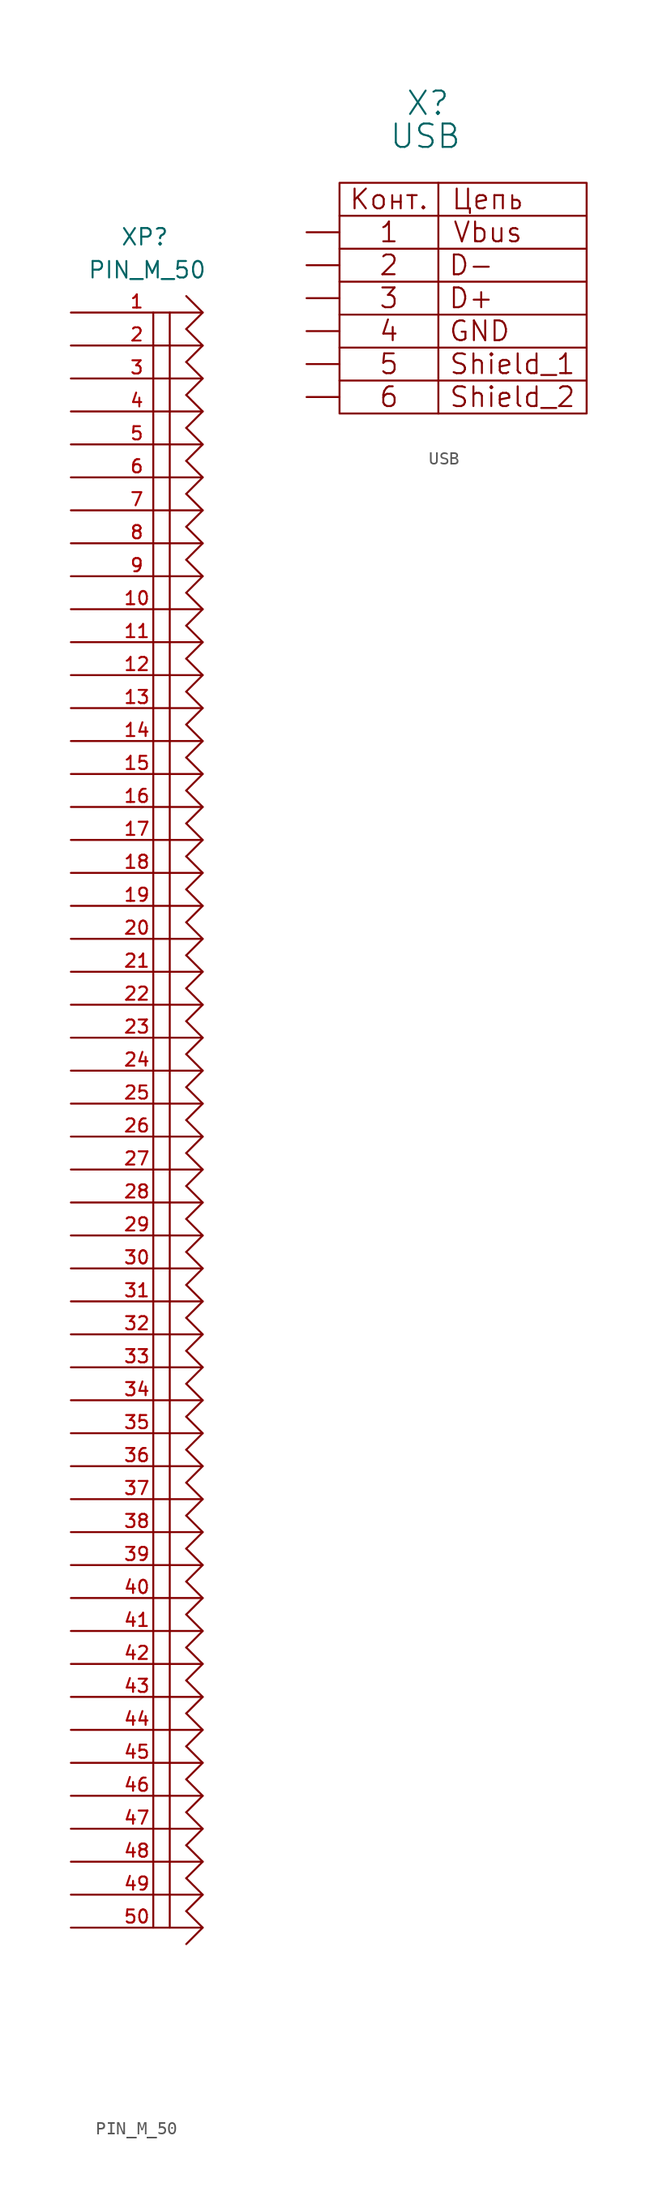
<source format=kicad_sym>
(kicad_symbol_lib
  (version 20211014)
  (generator kicad_symbol_editor)
  (symbol "PIN_M_50"
    (pin_names
      (offset 1.016))
    (property "Reference" "XP"
      (at 3.81 5.08 0)
      (effects (font (size 1.27 1.27)) (justify left bottom)))
    (property "Value" "PIN_M_50"
      (at 1.27 2.54 0)
      (effects (font (size 1.27 1.27)) (justify left bottom)))
    (property "Datasheet" ""
      (at 0 0 0)
      (effects (font (size 1.524 1.524))))
    (property "ki_locked" ""
      (at 0 0 0)
      (effects (font (size 1.27 1.27))))
    (symbol "PIN_M_50_0_1"
      (polyline (pts (xy 6.35 -124.46) (xy 6.35 0)) (stroke (width 0) (type default) (color 0 0 0 0)) (fill (type none)))
      (polyline (pts (xy 7.62 0) (xy 7.62 -124.46)) (stroke (width 0) (type default) (color 0 0 0 0)) (fill (type none)))
      (polyline (pts (xy 8.89 -123.19) (xy 10.16 -124.46) (xy 8.89 -125.73)) (stroke (width 0) (type default) (color 0 0 0 0)) (fill (type none)))
      (polyline (pts (xy 8.89 -120.65) (xy 10.16 -121.92) (xy 8.89 -123.19)) (stroke (width 0) (type default) (color 0 0 0 0)) (fill (type none)))
      (polyline (pts (xy 8.89 -118.11) (xy 10.16 -119.38) (xy 8.89 -120.65)) (stroke (width 0) (type default) (color 0 0 0 0)) (fill (type none)))
      (polyline (pts (xy 8.89 -115.57) (xy 10.16 -116.84) (xy 8.89 -118.11)) (stroke (width 0) (type default) (color 0 0 0 0)) (fill (type none)))
      (polyline (pts (xy 8.89 -113.03) (xy 10.16 -114.3) (xy 8.89 -115.57)) (stroke (width 0) (type default) (color 0 0 0 0)) (fill (type none)))
      (polyline (pts (xy 8.89 -110.49) (xy 10.16 -111.76) (xy 8.89 -113.03)) (stroke (width 0) (type default) (color 0 0 0 0)) (fill (type none)))
      (polyline (pts (xy 8.89 -107.95) (xy 10.16 -109.22) (xy 8.89 -110.49)) (stroke (width 0) (type default) (color 0 0 0 0)) (fill (type none)))
      (polyline (pts (xy 8.89 -105.41) (xy 10.16 -106.68) (xy 8.89 -107.95)) (stroke (width 0) (type default) (color 0 0 0 0)) (fill (type none)))
      (polyline (pts (xy 8.89 -102.87) (xy 10.16 -104.14) (xy 8.89 -105.41)) (stroke (width 0) (type default) (color 0 0 0 0)) (fill (type none)))
      (polyline (pts (xy 8.89 -100.33) (xy 10.16 -101.6) (xy 8.89 -102.87)) (stroke (width 0) (type default) (color 0 0 0 0)) (fill (type none)))
      (polyline (pts (xy 8.89 -97.79) (xy 10.16 -99.06) (xy 8.89 -100.33)) (stroke (width 0) (type default) (color 0 0 0 0)) (fill (type none)))
      (polyline (pts (xy 8.89 -95.25) (xy 10.16 -96.52) (xy 8.89 -97.79)) (stroke (width 0) (type default) (color 0 0 0 0)) (fill (type none)))
      (polyline (pts (xy 8.89 -92.71) (xy 10.16 -93.98) (xy 8.89 -95.25)) (stroke (width 0) (type default) (color 0 0 0 0)) (fill (type none)))
      (polyline (pts (xy 8.89 -90.17) (xy 10.16 -91.44) (xy 8.89 -92.71)) (stroke (width 0) (type default) (color 0 0 0 0)) (fill (type none)))
      (polyline (pts (xy 8.89 -87.63) (xy 10.16 -88.9) (xy 8.89 -90.17)) (stroke (width 0) (type default) (color 0 0 0 0)) (fill (type none)))
      (polyline (pts (xy 8.89 -85.09) (xy 10.16 -86.36) (xy 8.89 -87.63)) (stroke (width 0) (type default) (color 0 0 0 0)) (fill (type none)))
      (polyline (pts (xy 8.89 -82.55) (xy 10.16 -83.82) (xy 8.89 -85.09)) (stroke (width 0) (type default) (color 0 0 0 0)) (fill (type none)))
      (polyline (pts (xy 8.89 -80.01) (xy 10.16 -81.28) (xy 8.89 -82.55)) (stroke (width 0) (type default) (color 0 0 0 0)) (fill (type none)))
      (polyline (pts (xy 8.89 -77.47) (xy 10.16 -78.74) (xy 8.89 -80.01)) (stroke (width 0) (type default) (color 0 0 0 0)) (fill (type none)))
      (polyline (pts (xy 8.89 -74.93) (xy 10.16 -76.2) (xy 8.89 -77.47)) (stroke (width 0) (type default) (color 0 0 0 0)) (fill (type none)))
      (polyline (pts (xy 8.89 -72.39) (xy 10.16 -73.66) (xy 8.89 -74.93)) (stroke (width 0) (type default) (color 0 0 0 0)) (fill (type none)))
      (polyline (pts (xy 8.89 -69.85) (xy 10.16 -71.12) (xy 8.89 -72.39)) (stroke (width 0) (type default) (color 0 0 0 0)) (fill (type none)))
      (polyline (pts (xy 8.89 -67.31) (xy 10.16 -68.58) (xy 8.89 -69.85)) (stroke (width 0) (type default) (color 0 0 0 0)) (fill (type none)))
      (polyline (pts (xy 8.89 -64.77) (xy 10.16 -66.04) (xy 8.89 -67.31)) (stroke (width 0) (type default) (color 0 0 0 0)) (fill (type none)))
      (polyline (pts (xy 8.89 -62.23) (xy 10.16 -63.5) (xy 8.89 -64.77)) (stroke (width 0) (type default) (color 0 0 0 0)) (fill (type none)))
      (polyline (pts (xy 8.89 -59.69) (xy 10.16 -60.96) (xy 8.89 -62.23)) (stroke (width 0) (type default) (color 0 0 0 0)) (fill (type none)))
      (polyline (pts (xy 8.89 -57.15) (xy 10.16 -58.42) (xy 8.89 -59.69)) (stroke (width 0) (type default) (color 0 0 0 0)) (fill (type none)))
      (polyline (pts (xy 8.89 -54.61) (xy 10.16 -55.88) (xy 8.89 -57.15)) (stroke (width 0) (type default) (color 0 0 0 0)) (fill (type none)))
      (polyline (pts (xy 8.89 -52.07) (xy 10.16 -53.34) (xy 8.89 -54.61)) (stroke (width 0) (type default) (color 0 0 0 0)) (fill (type none)))
      (polyline (pts (xy 8.89 -49.53) (xy 10.16 -50.8) (xy 8.89 -52.07)) (stroke (width 0) (type default) (color 0 0 0 0)) (fill (type none)))
      (polyline (pts (xy 8.89 -46.99) (xy 10.16 -48.26) (xy 8.89 -49.53)) (stroke (width 0) (type default) (color 0 0 0 0)) (fill (type none)))
      (polyline (pts (xy 8.89 -44.45) (xy 10.16 -45.72) (xy 8.89 -46.99)) (stroke (width 0) (type default) (color 0 0 0 0)) (fill (type none)))
      (polyline (pts (xy 8.89 -41.91) (xy 10.16 -43.18) (xy 8.89 -44.45)) (stroke (width 0) (type default) (color 0 0 0 0)) (fill (type none)))
      (polyline (pts (xy 8.89 -39.37) (xy 10.16 -40.64) (xy 8.89 -41.91)) (stroke (width 0) (type default) (color 0 0 0 0)) (fill (type none)))
      (polyline (pts (xy 8.89 -36.83) (xy 10.16 -38.1) (xy 8.89 -39.37)) (stroke (width 0) (type default) (color 0 0 0 0)) (fill (type none)))
      (polyline (pts (xy 8.89 -34.29) (xy 10.16 -35.56) (xy 8.89 -36.83)) (stroke (width 0) (type default) (color 0 0 0 0)) (fill (type none)))
      (polyline (pts (xy 8.89 -31.75) (xy 10.16 -33.02) (xy 8.89 -34.29)) (stroke (width 0) (type default) (color 0 0 0 0)) (fill (type none)))
      (polyline (pts (xy 8.89 -29.21) (xy 10.16 -30.48) (xy 8.89 -31.75)) (stroke (width 0) (type default) (color 0 0 0 0)) (fill (type none)))
      (polyline (pts (xy 8.89 -26.67) (xy 10.16 -27.94) (xy 8.89 -29.21)) (stroke (width 0) (type default) (color 0 0 0 0)) (fill (type none)))
      (polyline (pts (xy 8.89 -24.13) (xy 10.16 -25.4) (xy 8.89 -26.67)) (stroke (width 0) (type default) (color 0 0 0 0)) (fill (type none)))
      (polyline (pts (xy 8.89 -21.59) (xy 10.16 -22.86) (xy 8.89 -24.13)) (stroke (width 0) (type default) (color 0 0 0 0)) (fill (type none)))
      (polyline (pts (xy 8.89 -19.05) (xy 10.16 -20.32) (xy 8.89 -21.59)) (stroke (width 0) (type default) (color 0 0 0 0)) (fill (type none)))
      (polyline (pts (xy 8.89 -16.51) (xy 10.16 -17.78) (xy 8.89 -19.05)) (stroke (width 0) (type default) (color 0 0 0 0)) (fill (type none)))
      (polyline (pts (xy 8.89 -13.97) (xy 10.16 -15.24) (xy 8.89 -16.51)) (stroke (width 0) (type default) (color 0 0 0 0)) (fill (type none)))
      (polyline (pts (xy 8.89 -11.43) (xy 10.16 -12.7) (xy 8.89 -13.97)) (stroke (width 0) (type default) (color 0 0 0 0)) (fill (type none)))
      (polyline (pts (xy 8.89 -8.89) (xy 10.16 -10.16) (xy 8.89 -11.43)) (stroke (width 0) (type default) (color 0 0 0 0)) (fill (type none)))
      (polyline (pts (xy 8.89 -6.35) (xy 10.16 -7.62) (xy 8.89 -8.89)) (stroke (width 0) (type default) (color 0 0 0 0)) (fill (type none)))
      (polyline (pts (xy 8.89 -3.81) (xy 10.16 -5.08) (xy 8.89 -6.35)) (stroke (width 0) (type default) (color 0 0 0 0)) (fill (type none)))
      (polyline (pts (xy 8.89 -1.27) (xy 10.16 -2.54) (xy 8.89 -3.81)) (stroke (width 0) (type default) (color 0 0 0 0)) (fill (type none)))
      (polyline (pts (xy 8.89 1.27) (xy 10.16 0) (xy 8.89 -1.27)) (stroke (width 0) (type default) (color 0 0 0 0)) (fill (type none))))
    (symbol "PIN_M_50_1_1"
      (pin passive line (at 0 0 0) (length 10.16) (name "~" (effects (font (size 1.016 1.016)))) (number "1" (effects (font (size 1.016 1.016)))))
      (pin passive line (at 0 -22.86 0) (length 10.16) (name "~" (effects (font (size 1.016 1.016)))) (number "10" (effects (font (size 1.016 1.016)))))
      (pin passive line (at 0 -25.4 0) (length 10.16) (name "~" (effects (font (size 1.016 1.016)))) (number "11" (effects (font (size 1.016 1.016)))))
      (pin passive line (at 0 -27.94 0) (length 10.16) (name "~" (effects (font (size 1.016 1.016)))) (number "12" (effects (font (size 1.016 1.016)))))
      (pin passive line (at 0 -30.48 0) (length 10.16) (name "~" (effects (font (size 1.016 1.016)))) (number "13" (effects (font (size 1.016 1.016)))))
      (pin passive line (at 0 -33.02 0) (length 10.16) (name "~" (effects (font (size 1.016 1.016)))) (number "14" (effects (font (size 1.016 1.016)))))
      (pin passive line (at 0 -35.56 0) (length 10.16) (name "~" (effects (font (size 1.016 1.016)))) (number "15" (effects (font (size 1.016 1.016)))))
      (pin passive line (at 0 -38.1 0) (length 10.16) (name "~" (effects (font (size 1.016 1.016)))) (number "16" (effects (font (size 1.016 1.016)))))
      (pin passive line (at 0 -40.64 0) (length 10.16) (name "~" (effects (font (size 1.016 1.016)))) (number "17" (effects (font (size 1.016 1.016)))))
      (pin passive line (at 0 -43.18 0) (length 10.16) (name "~" (effects (font (size 1.016 1.016)))) (number "18" (effects (font (size 1.016 1.016)))))
      (pin passive line (at 0 -45.72 0) (length 10.16) (name "~" (effects (font (size 1.016 1.016)))) (number "19" (effects (font (size 1.016 1.016)))))
      (pin passive line (at 0 -2.54 0) (length 10.16) (name "~" (effects (font (size 1.016 1.016)))) (number "2" (effects (font (size 1.016 1.016)))))
      (pin passive line (at 0 -48.26 0) (length 10.16) (name "~" (effects (font (size 1.016 1.016)))) (number "20" (effects (font (size 1.016 1.016)))))
      (pin passive line (at 0 -50.8 0) (length 10.16) (name "~" (effects (font (size 1.016 1.016)))) (number "21" (effects (font (size 1.016 1.016)))))
      (pin passive line (at 0 -53.34 0) (length 10.16) (name "~" (effects (font (size 1.016 1.016)))) (number "22" (effects (font (size 1.016 1.016)))))
      (pin passive line (at 0 -55.88 0) (length 10.16) (name "~" (effects (font (size 1.016 1.016)))) (number "23" (effects (font (size 1.016 1.016)))))
      (pin passive line (at 0 -58.42 0) (length 10.16) (name "~" (effects (font (size 1.016 1.016)))) (number "24" (effects (font (size 1.016 1.016)))))
      (pin passive line (at 0 -60.96 0) (length 10.16) (name "~" (effects (font (size 1.016 1.016)))) (number "25" (effects (font (size 1.016 1.016)))))
      (pin passive line (at 0 -63.5 0) (length 10.16) (name "~" (effects (font (size 1.016 1.016)))) (number "26" (effects (font (size 1.016 1.016)))))
      (pin passive line (at 0 -66.04 0) (length 10.16) (name "~" (effects (font (size 1.016 1.016)))) (number "27" (effects (font (size 1.016 1.016)))))
      (pin passive line (at 0 -68.58 0) (length 10.16) (name "~" (effects (font (size 1.016 1.016)))) (number "28" (effects (font (size 1.016 1.016)))))
      (pin passive line (at 0 -71.12 0) (length 10.16) (name "~" (effects (font (size 1.016 1.016)))) (number "29" (effects (font (size 1.016 1.016)))))
      (pin passive line (at 0 -5.08 0) (length 10.16) (name "~" (effects (font (size 1.016 1.016)))) (number "3" (effects (font (size 1.016 1.016)))))
      (pin passive line (at 0 -73.66 0) (length 10.16) (name "~" (effects (font (size 1.016 1.016)))) (number "30" (effects (font (size 1.016 1.016)))))
      (pin passive line (at 0 -76.2 0) (length 10.16) (name "~" (effects (font (size 1.016 1.016)))) (number "31" (effects (font (size 1.016 1.016)))))
      (pin passive line (at 0 -78.74 0) (length 10.16) (name "~" (effects (font (size 1.016 1.016)))) (number "32" (effects (font (size 1.016 1.016)))))
      (pin passive line (at 0 -81.28 0) (length 10.16) (name "~" (effects (font (size 1.016 1.016)))) (number "33" (effects (font (size 1.016 1.016)))))
      (pin passive line (at 0 -83.82 0) (length 10.16) (name "~" (effects (font (size 1.016 1.016)))) (number "34" (effects (font (size 1.016 1.016)))))
      (pin passive line (at 0 -86.36 0) (length 10.16) (name "~" (effects (font (size 1.016 1.016)))) (number "35" (effects (font (size 1.016 1.016)))))
      (pin passive line (at 0 -88.9 0) (length 10.16) (name "~" (effects (font (size 1.016 1.016)))) (number "36" (effects (font (size 1.016 1.016)))))
      (pin passive line (at 0 -91.44 0) (length 10.16) (name "~" (effects (font (size 1.016 1.016)))) (number "37" (effects (font (size 1.016 1.016)))))
      (pin passive line (at 0 -93.98 0) (length 10.16) (name "~" (effects (font (size 1.016 1.016)))) (number "38" (effects (font (size 1.016 1.016)))))
      (pin passive line (at 0 -96.52 0) (length 10.16) (name "~" (effects (font (size 1.016 1.016)))) (number "39" (effects (font (size 1.016 1.016)))))
      (pin passive line (at 0 -7.62 0) (length 10.16) (name "~" (effects (font (size 1.016 1.016)))) (number "4" (effects (font (size 1.016 1.016)))))
      (pin passive line (at 0 -99.06 0) (length 10.16) (name "~" (effects (font (size 1.016 1.016)))) (number "40" (effects (font (size 1.016 1.016)))))
      (pin passive line (at 0 -101.6 0) (length 10.16) (name "~" (effects (font (size 1.016 1.016)))) (number "41" (effects (font (size 1.016 1.016)))))
      (pin passive line (at 0 -104.14 0) (length 10.16) (name "~" (effects (font (size 1.016 1.016)))) (number "42" (effects (font (size 1.016 1.016)))))
      (pin passive line (at 0 -106.68 0) (length 10.16) (name "~" (effects (font (size 1.016 1.016)))) (number "43" (effects (font (size 1.016 1.016)))))
      (pin passive line (at 0 -109.22 0) (length 10.16) (name "~" (effects (font (size 1.016 1.016)))) (number "44" (effects (font (size 1.016 1.016)))))
      (pin passive line (at 0 -111.76 0) (length 10.16) (name "~" (effects (font (size 1.016 1.016)))) (number "45" (effects (font (size 1.016 1.016)))))
      (pin passive line (at 0 -114.3 0) (length 10.16) (name "~" (effects (font (size 1.016 1.016)))) (number "46" (effects (font (size 1.016 1.016)))))
      (pin passive line (at 0 -116.84 0) (length 10.16) (name "~" (effects (font (size 1.016 1.016)))) (number "47" (effects (font (size 1.016 1.016)))))
      (pin passive line (at 0 -119.38 0) (length 10.16) (name "~" (effects (font (size 1.016 1.016)))) (number "48" (effects (font (size 1.016 1.016)))))
      (pin passive line (at 0 -121.92 0) (length 10.16) (name "~" (effects (font (size 1.016 1.016)))) (number "49" (effects (font (size 1.016 1.016)))))
      (pin passive line (at 0 -10.16 0) (length 10.16) (name "~" (effects (font (size 1.016 1.016)))) (number "5" (effects (font (size 1.016 1.016)))))
      (pin passive line (at 0 -124.46 0) (length 10.16) (name "~" (effects (font (size 1.016 1.016)))) (number "50" (effects (font (size 1.016 1.016)))))
      (pin passive line (at 0 -12.7 0) (length 10.16) (name "~" (effects (font (size 1.016 1.016)))) (number "6" (effects (font (size 1.016 1.016)))))
      (pin passive line (at 0 -15.24 0) (length 10.16) (name "~" (effects (font (size 1.016 1.016)))) (number "7" (effects (font (size 1.016 1.016)))))
      (pin passive line (at 0 -17.78 0) (length 10.16) (name "~" (effects (font (size 1.016 1.016)))) (number "8" (effects (font (size 1.016 1.016)))))
      (pin passive line (at 0 -20.32 0) (length 10.16) (name "~" (effects (font (size 1.016 1.016)))) (number "9" (effects (font (size 1.016 1.016)))))))
  (symbol "USB"
    (pin_numbers hide)
    (pin_names
      (offset 1.016) hide)
    (property "Reference" "X"
      (at 7.62 8.89 0)
      (effects (font (size 1.803 1.803)) (justify left bottom)))
    (property "Value" "USB"
      (at 6.35 6.35 0)
      (effects (font (size 1.803 1.803)) (justify left bottom)))
    (property "Datasheet" ""
      (at 0 0 0)
      (effects (font (size 1.524 1.524))))
    (symbol "USB_0_0"
      (polyline (pts (xy 2.54 -8.89) (xy 21.59 -8.89)) (stroke (width 0) (type default) (color 0 0 0 0)) (fill (type none)))
      (polyline (pts (xy 2.54 -3.81) (xy 21.59 -3.81)) (stroke (width 0) (type default) (color 0 0 0 0)) (fill (type none)))
      (polyline (pts (xy 2.54 1.27) (xy 21.59 1.27)) (stroke (width 0) (type default) (color 0 0 0 0)) (fill (type none)))
      (polyline (pts (xy 10.16 3.81) (xy 10.16 -13.97)) (stroke (width 0) (type default) (color 0 0 0 0)) (fill (type none)))
      (polyline (pts (xy 21.59 -11.43) (xy 2.54 -11.43)) (stroke (width 0) (type default) (color 0 0 0 0)) (fill (type none)))
      (polyline (pts (xy 21.59 -6.35) (xy 2.54 -6.35)) (stroke (width 0) (type default) (color 0 0 0 0)) (fill (type none)))
      (polyline (pts (xy 21.59 -1.27) (xy 2.54 -1.27)) (stroke (width 0) (type default) (color 0 0 0 0)) (fill (type none)))
      (rectangle (start 2.54 3.81) (end 21.59 -13.97) (stroke (width 0) (type default) (color 0 0 0 0)) (fill (type none)))
      (text "1" (at 6.35 0 0) (effects (font (size 1.524 1.524))))
      (text "2" (at 6.35 -2.54 0) (effects (font (size 1.524 1.524))))
      (text "3" (at 6.35 -5.08 0) (effects (font (size 1.524 1.524))))
      (text "4" (at 6.35 -7.62 0) (effects (font (size 1.524 1.524))))
      (text "5" (at 6.35 -10.16 0) (effects (font (size 1.524 1.524))))
      (text "6" (at 6.35 -12.7 0) (effects (font (size 1.524 1.524))))
      (text "D+" (at 12.7 -5.08 0) (effects (font (size 1.524 1.524))))
      (text "D-" (at 12.7 -2.54 0) (effects (font (size 1.524 1.524))))
      (text "GND" (at 13.335 -7.62 0) (effects (font (size 1.524 1.524))))
      (text "Shield_1" (at 15.875 -10.16 0) (effects (font (size 1.524 1.524))))
      (text "Shield_2" (at 15.875 -12.7 0) (effects (font (size 1.524 1.524))))
      (text "Vbus" (at 13.97 0 0) (effects (font (size 1.524 1.524))))
      (text "Конт." (at 6.35 2.54 0) (effects (font (size 1.524 1.524))))
      (text "Цепь" (at 13.97 2.54 0) (effects (font (size 1.524 1.524)))))
    (symbol "USB_1_1"
      (pin passive line (at 0 0 0) (length 2.54) (name "Vbus" (effects (font (size 1.549 1.549)))) (number "1" (effects (font (size 1.549 1.549)))))
      (pin passive line (at 0 -2.54 0) (length 2.54) (name "D-" (effects (font (size 1.549 1.549)))) (number "2" (effects (font (size 1.549 1.549)))))
      (pin passive line (at 0 -5.08 0) (length 2.54) (name "D+" (effects (font (size 1.549 1.549)))) (number "3" (effects (font (size 1.549 1.549)))))
      (pin passive line (at 0 -7.62 0) (length 2.54) (name "GND" (effects (font (size 1.549 1.549)))) (number "4" (effects (font (size 1.549 1.549)))))
      (pin passive line (at 0 -10.16 0) (length 2.54) (name "Shield_1" (effects (font (size 1.549 1.549)))) (number "5" (effects (font (size 1.549 1.549)))))
      (pin passive line (at 0 -12.7 0) (length 2.54) (name "Shield_2" (effects (font (size 1.549 1.549)))) (number "6" (effects (font (size 1.549 1.549))))))))
</source>
